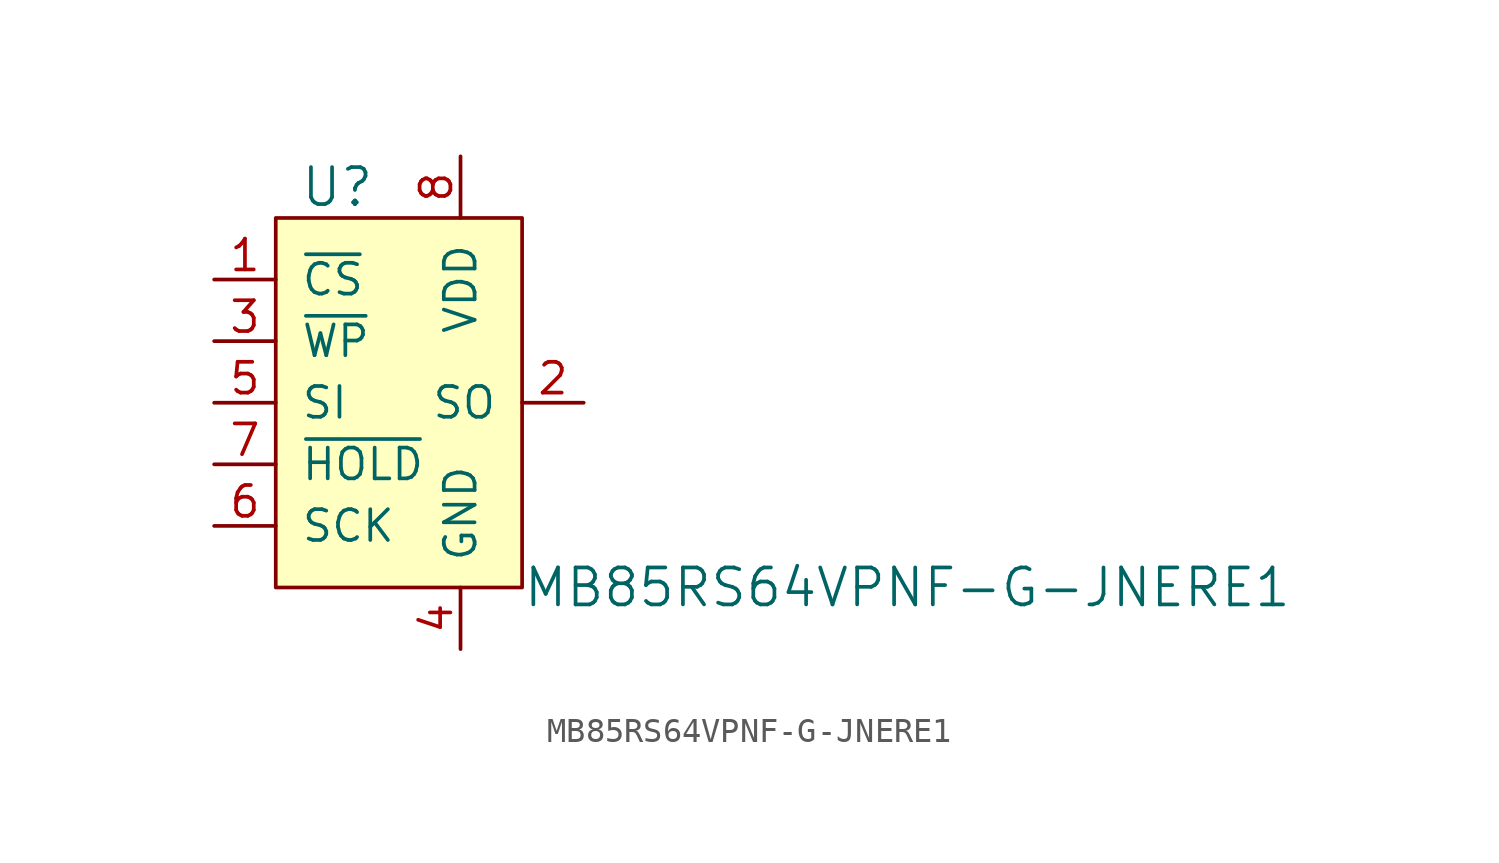
<source format=kicad_sym>
(kicad_symbol_lib
  (version 20201005)
  (generator kicad_symbol_editor)
  (symbol "MB85RS64VPNF-G-JNERE1"
    (pin_names
      (offset 1.016))
    (property "Reference" "U"
      (at -2.54 6.35 0)
      (effects (font (size 1.524 1.524))))
    (property "Value" "MB85RS64VPNF-G-JNERE1"
      (at 5.08 -10.16 0)
      (effects (font (size 1.524 1.524)) (justify left)))
    (symbol "MB85RS64VPNF-G-JNERE1_0_1"
      (rectangle (start -5.08 5.08) (end 5.08 -10.16) (stroke (width 0)) (fill (type background))))
    (symbol "MB85RS64VPNF-G-JNERE1_1_1"
      (pin input line (at -7.62 2.54 0) (length 2.54) (name "~CS" (effects (font (size 1.27 1.27)))) (number "1" (effects (font (size 1.27 1.27)))))
      (pin output line (at 7.62 -2.54 180) (length 2.54) (name "SO" (effects (font (size 1.27 1.27)))) (number "2" (effects (font (size 1.27 1.27)))))
      (pin input line (at -7.62 0 0) (length 2.54) (name "~WP" (effects (font (size 1.27 1.27)))) (number "3" (effects (font (size 1.27 1.27)))))
      (pin power_in line (at 2.54 -12.7 90) (length 2.54) (name "GND" (effects (font (size 1.27 1.27)))) (number "4" (effects (font (size 1.27 1.27)))))
      (pin input line (at -7.62 -2.54 0) (length 2.54) (name "SI" (effects (font (size 1.27 1.27)))) (number "5" (effects (font (size 1.27 1.27)))))
      (pin input line (at -7.62 -7.62 0) (length 2.54) (name "SCK" (effects (font (size 1.27 1.27)))) (number "6" (effects (font (size 1.27 1.27)))))
      (pin input line (at -7.62 -5.08 0) (length 2.54) (name "~HOLD" (effects (font (size 1.27 1.27)))) (number "7" (effects (font (size 1.27 1.27)))))
      (pin power_in line (at 2.54 7.62 270) (length 2.54) (name "VDD" (effects (font (size 1.27 1.27)))) (number "8" (effects (font (size 1.27 1.27))))))))
</source>
